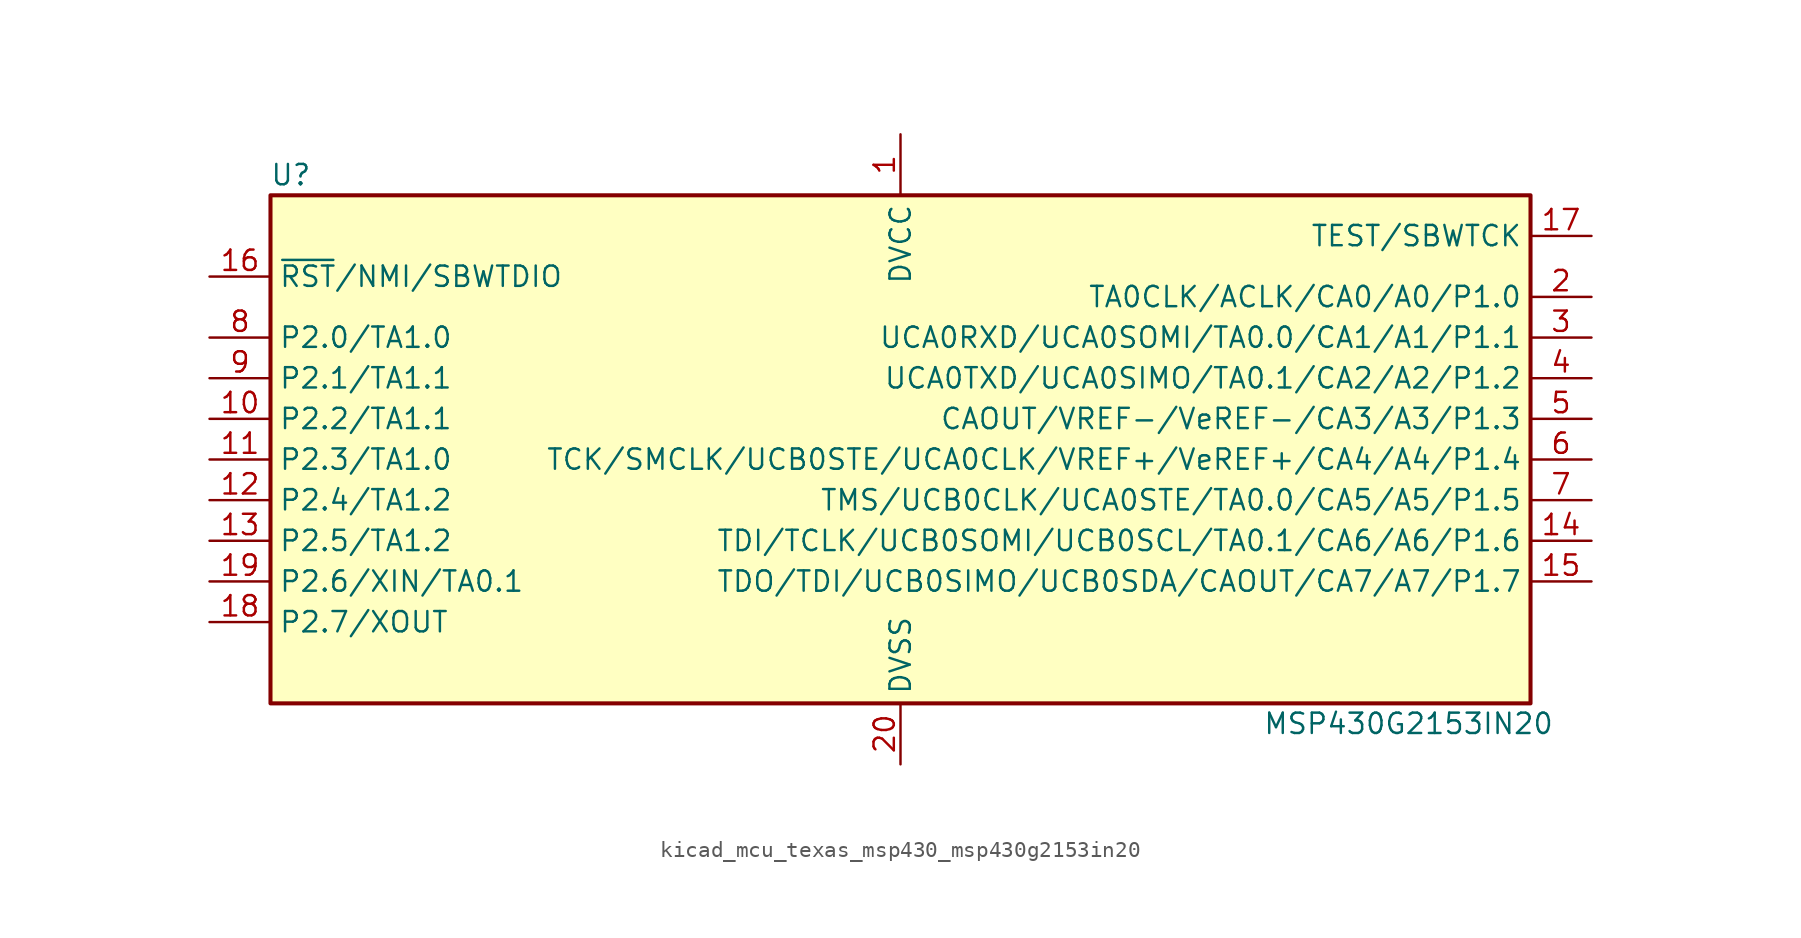
<source format=kicad_sym>
(kicad_symbol_lib
  (version 20220914)
  (generator kicad_symbol_editor)
  (symbol "kicad_mcu_texas_msp430_msp430g2153in20"
    (property "Reference" "U"
      (at -38.1 17.78 0)
      (effects (font (size 1.27 1.27))))
    (property "Value" "MSP430G2153IN20"
      (at 31.75 -16.51 0)
      (effects (font (size 1.27 1.27))))
    (symbol "kicad_mcu_texas_msp430_msp430g2153in20_0_1"
      (rectangle (start -39.37 16.51) (end 39.37 -15.24) (stroke (width 0.254) (type default)) (fill (type background))))
    (symbol "kicad_mcu_texas_msp430_msp430g2153in20_1_1"
      (pin power_in line (at 0 20.32 270) (length 3.81) (name "DVCC" (effects (font (size 1.27 1.27)))) (number "1" (effects (font (size 1.27 1.27)))))
      (pin bidirectional line (at -43.18 2.54 0) (length 3.81) (name "P2.2/TA1.1" (effects (font (size 1.27 1.27)))) (number "10" (effects (font (size 1.27 1.27)))))
      (pin bidirectional line (at -43.18 0 0) (length 3.81) (name "P2.3/TA1.0" (effects (font (size 1.27 1.27)))) (number "11" (effects (font (size 1.27 1.27)))))
      (pin bidirectional line (at -43.18 -2.54 0) (length 3.81) (name "P2.4/TA1.2" (effects (font (size 1.27 1.27)))) (number "12" (effects (font (size 1.27 1.27)))))
      (pin bidirectional line (at -43.18 -5.08 0) (length 3.81) (name "P2.5/TA1.2" (effects (font (size 1.27 1.27)))) (number "13" (effects (font (size 1.27 1.27)))))
      (pin bidirectional line (at 43.18 -5.08 180) (length 3.81) (name "TDI/TCLK/UCB0SOMI/UCB0SCL/TA0.1/CA6/A6/P1.6" (effects (font (size 1.27 1.27)))) (number "14" (effects (font (size 1.27 1.27)))))
      (pin bidirectional line (at 43.18 -7.62 180) (length 3.81) (name "TDO/TDI/UCB0SIMO/UCB0SDA/CAOUT/CA7/A7/P1.7" (effects (font (size 1.27 1.27)))) (number "15" (effects (font (size 1.27 1.27)))))
      (pin input line (at -43.18 11.43 0) (length 3.81) (name "~{RST}/NMI/SBWTDIO" (effects (font (size 1.27 1.27)))) (number "16" (effects (font (size 1.27 1.27)))))
      (pin input line (at 43.18 13.97 180) (length 3.81) (name "TEST/SBWTCK" (effects (font (size 1.27 1.27)))) (number "17" (effects (font (size 1.27 1.27)))))
      (pin bidirectional line (at -43.18 -10.16 0) (length 3.81) (name "P2.7/XOUT" (effects (font (size 1.27 1.27)))) (number "18" (effects (font (size 1.27 1.27)))))
      (pin bidirectional line (at -43.18 -7.62 0) (length 3.81) (name "P2.6/XIN/TA0.1" (effects (font (size 1.27 1.27)))) (number "19" (effects (font (size 1.27 1.27)))))
      (pin bidirectional line (at 43.18 10.16 180) (length 3.81) (name "TA0CLK/ACLK/CA0/A0/P1.0" (effects (font (size 1.27 1.27)))) (number "2" (effects (font (size 1.27 1.27)))))
      (pin power_in line (at 0 -19.05 90) (length 3.81) (name "DVSS" (effects (font (size 1.27 1.27)))) (number "20" (effects (font (size 1.27 1.27)))))
      (pin bidirectional line (at 43.18 7.62 180) (length 3.81) (name "UCA0RXD/UCA0SOMI/TA0.0/CA1/A1/P1.1" (effects (font (size 1.27 1.27)))) (number "3" (effects (font (size 1.27 1.27)))))
      (pin bidirectional line (at 43.18 5.08 180) (length 3.81) (name "UCA0TXD/UCA0SIMO/TA0.1/CA2/A2/P1.2" (effects (font (size 1.27 1.27)))) (number "4" (effects (font (size 1.27 1.27)))))
      (pin bidirectional line (at 43.18 2.54 180) (length 3.81) (name "CAOUT/VREF-/VeREF-/CA3/A3/P1.3" (effects (font (size 1.27 1.27)))) (number "5" (effects (font (size 1.27 1.27)))))
      (pin bidirectional line (at 43.18 0 180) (length 3.81) (name "TCK/SMCLK/UCB0STE/UCA0CLK/VREF+/VeREF+/CA4/A4/P1.4" (effects (font (size 1.27 1.27)))) (number "6" (effects (font (size 1.27 1.27)))))
      (pin bidirectional line (at 43.18 -2.54 180) (length 3.81) (name "TMS/UCB0CLK/UCA0STE/TA0.0/CA5/A5/P1.5" (effects (font (size 1.27 1.27)))) (number "7" (effects (font (size 1.27 1.27)))))
      (pin bidirectional line (at -43.18 7.62 0) (length 3.81) (name "P2.0/TA1.0" (effects (font (size 1.27 1.27)))) (number "8" (effects (font (size 1.27 1.27)))))
      (pin bidirectional line (at -43.18 5.08 0) (length 3.81) (name "P2.1/TA1.1" (effects (font (size 1.27 1.27)))) (number "9" (effects (font (size 1.27 1.27))))))))
</source>
